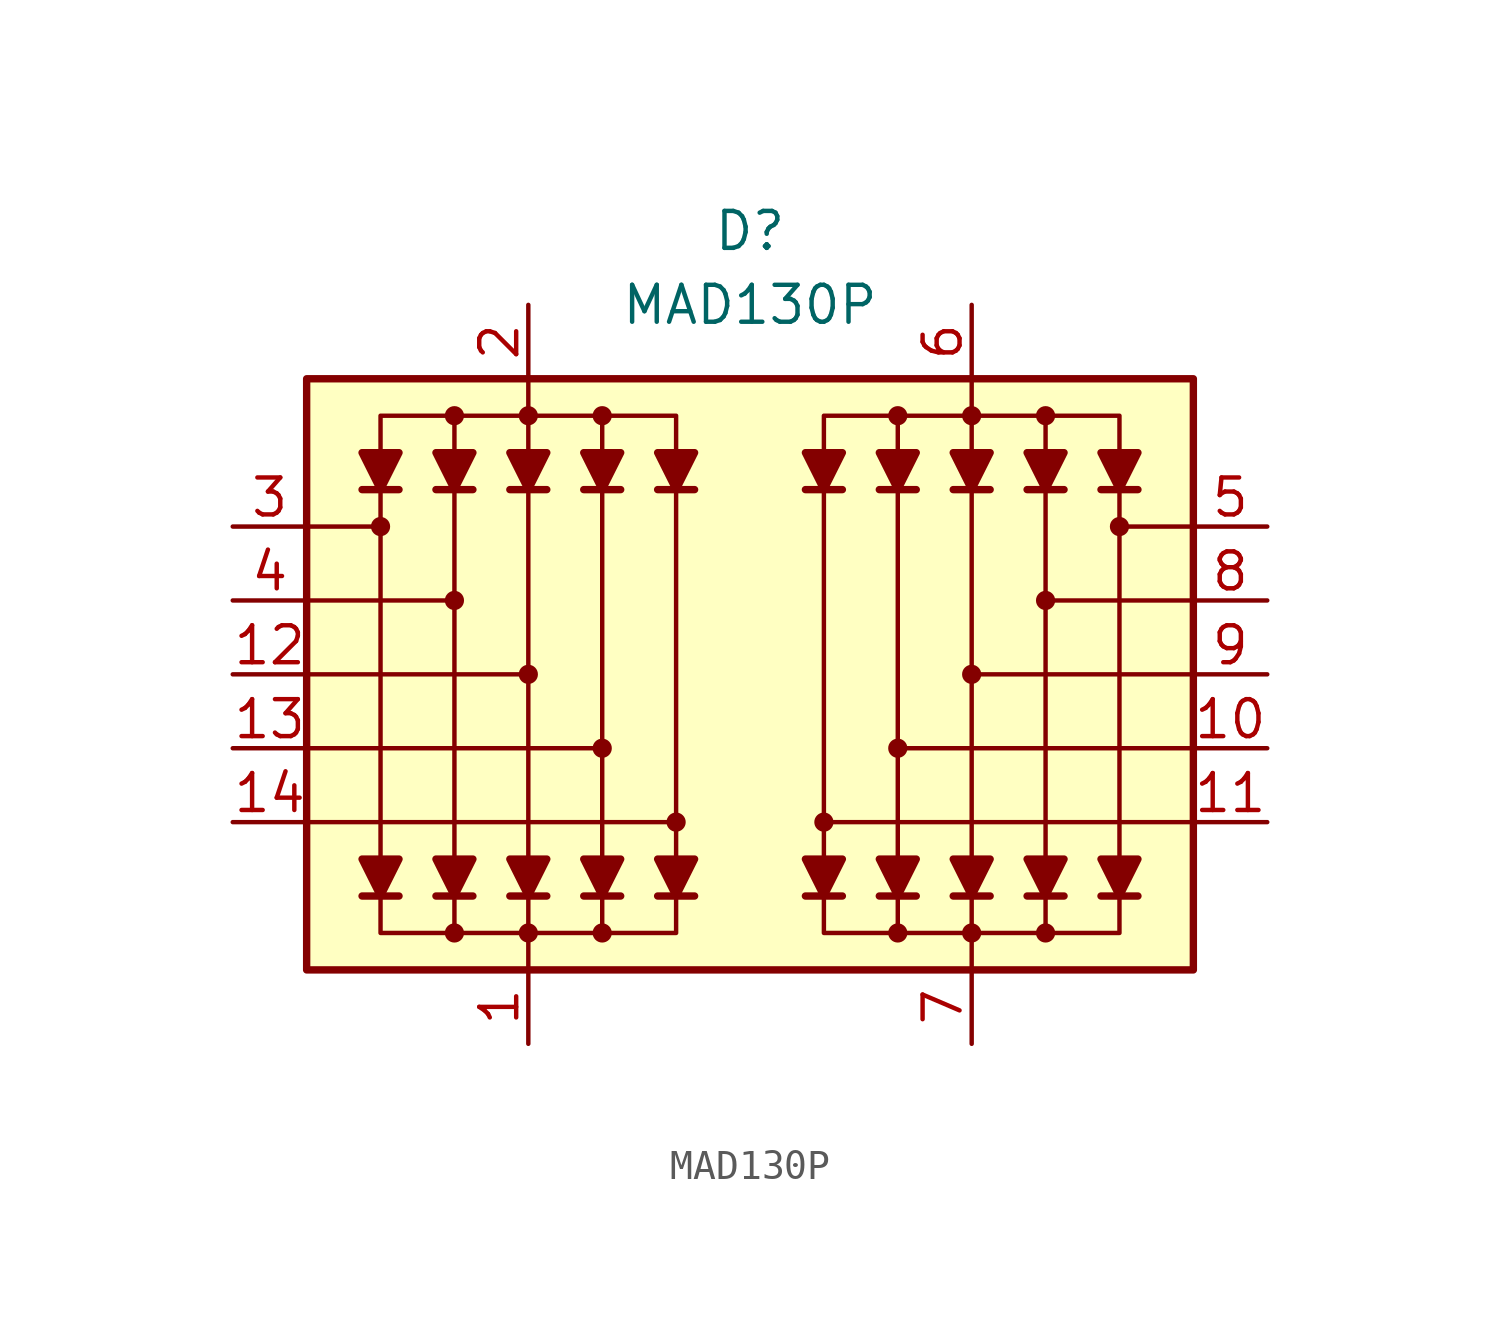
<source format=kicad_sym>
(kicad_symbol_lib
  (version 20231120)
  (generator "kicad_symbol_editor")
  (generator_version "8.0")
  (symbol "MAD130P"
    (pin_names hide)
    (property "Reference" "D"
      (at 0 15.24 0)
      (effects (font (size 1.27 1.27))))
    (property "Value" "MAD130P"
      (at 0 12.7 0)
      (effects (font (size 1.27 1.27))))
    (symbol "MAD130P_0_1"
      (rectangle (start -15.24 10.16) (end 15.24 -10.16) (stroke (width 0.254) (type default)) (fill (type background)))
      (circle (center -12.7 5.08) (radius 0.254) (stroke (width 0) (type default)) (fill (type outline)))
      (circle (center -10.16 -8.89) (radius 0.254) (stroke (width 0) (type default)) (fill (type outline)))
      (circle (center -10.16 2.54) (radius 0.254) (stroke (width 0) (type default)) (fill (type outline)))
      (circle (center -10.16 8.89) (radius 0.254) (stroke (width 0) (type default)) (fill (type outline)))
      (circle (center -7.62 -8.89) (radius 0.254) (stroke (width 0) (type default)) (fill (type outline)))
      (circle (center -7.62 0) (radius 0.254) (stroke (width 0) (type default)) (fill (type outline)))
      (circle (center -7.62 8.89) (radius 0.254) (stroke (width 0) (type default)) (fill (type outline)))
      (circle (center -5.08 -8.89) (radius 0.254) (stroke (width 0) (type default)) (fill (type outline)))
      (circle (center -5.08 -2.54) (radius 0.254) (stroke (width 0) (type default)) (fill (type outline)))
      (circle (center -5.08 8.89) (radius 0.254) (stroke (width 0) (type default)) (fill (type outline)))
      (circle (center -2.54 -5.08) (radius 0.254) (stroke (width 0) (type default)) (fill (type outline)))
      (polyline (pts (xy -13.335 -7.62) (xy -12.065 -7.62)) (stroke (width 0.254) (type default)) (fill (type none)))
      (polyline (pts (xy -13.335 6.35) (xy -12.065 6.35)) (stroke (width 0.254) (type default)) (fill (type none)))
      (polyline (pts (xy -12.7 -6.35) (xy -12.7 6.35)) (stroke (width 0) (type default)) (fill (type none)))
      (polyline (pts (xy -12.7 5.08) (xy -15.24 5.08)) (stroke (width 0) (type default)) (fill (type none)))
      (polyline (pts (xy -10.795 -7.62) (xy -9.525 -7.62)) (stroke (width 0.254) (type default)) (fill (type none)))
      (polyline (pts (xy -10.795 6.35) (xy -9.525 6.35)) (stroke (width 0.254) (type default)) (fill (type none)))
      (polyline (pts (xy -10.16 -7.62) (xy -10.16 -8.89)) (stroke (width 0) (type default)) (fill (type none)))
      (polyline (pts (xy -10.16 -6.35) (xy -10.16 6.35)) (stroke (width 0) (type default)) (fill (type none)))
      (polyline (pts (xy -10.16 2.54) (xy -15.24 2.54)) (stroke (width 0) (type default)) (fill (type none)))
      (polyline (pts (xy -10.16 7.62) (xy -10.16 8.89)) (stroke (width 0) (type default)) (fill (type none)))
      (polyline (pts (xy -8.255 -7.62) (xy -6.985 -7.62)) (stroke (width 0.254) (type default)) (fill (type none)))
      (polyline (pts (xy -8.255 6.35) (xy -6.985 6.35)) (stroke (width 0.254) (type default)) (fill (type none)))
      (polyline (pts (xy -7.62 -7.62) (xy -7.62 -10.16)) (stroke (width 0) (type default)) (fill (type none)))
      (polyline (pts (xy -7.62 -6.35) (xy -7.62 6.35)) (stroke (width 0) (type default)) (fill (type none)))
      (polyline (pts (xy -7.62 0) (xy -15.24 0)) (stroke (width 0) (type default)) (fill (type none)))
      (polyline (pts (xy -7.62 7.62) (xy -7.62 10.16)) (stroke (width 0) (type default)) (fill (type none)))
      (polyline (pts (xy -5.715 -7.62) (xy -4.445 -7.62)) (stroke (width 0.254) (type default)) (fill (type none)))
      (polyline (pts (xy -5.715 6.35) (xy -4.445 6.35)) (stroke (width 0.254) (type default)) (fill (type none)))
      (polyline (pts (xy -5.08 -7.62) (xy -5.08 -8.89)) (stroke (width 0) (type default)) (fill (type none)))
      (polyline (pts (xy -5.08 -6.35) (xy -5.08 6.35)) (stroke (width 0) (type default)) (fill (type none)))
      (polyline (pts (xy -5.08 -2.54) (xy -15.24 -2.54)) (stroke (width 0) (type default)) (fill (type none)))
      (polyline (pts (xy -5.08 7.62) (xy -5.08 8.89)) (stroke (width 0) (type default)) (fill (type none)))
      (polyline (pts (xy -3.175 -7.62) (xy -1.905 -7.62)) (stroke (width 0.254) (type default)) (fill (type none)))
      (polyline (pts (xy -3.175 6.35) (xy -1.905 6.35)) (stroke (width 0.254) (type default)) (fill (type none)))
      (polyline (pts (xy -2.54 -6.35) (xy -2.54 6.35)) (stroke (width 0) (type default)) (fill (type none)))
      (polyline (pts (xy -2.54 -5.08) (xy -15.24 -5.08)) (stroke (width 0) (type default)) (fill (type none)))
      (polyline (pts (xy 2.54 -6.35) (xy 2.54 6.35)) (stroke (width 0) (type default)) (fill (type none)))
      (polyline (pts (xy 2.54 -5.08) (xy 15.24 -5.08)) (stroke (width 0) (type default)) (fill (type none)))
      (polyline (pts (xy 3.175 -7.62) (xy 1.905 -7.62)) (stroke (width 0.254) (type default)) (fill (type none)))
      (polyline (pts (xy 3.175 6.35) (xy 1.905 6.35)) (stroke (width 0.254) (type default)) (fill (type none)))
      (polyline (pts (xy 5.08 -7.62) (xy 5.08 -8.89)) (stroke (width 0) (type default)) (fill (type none)))
      (polyline (pts (xy 5.08 -6.35) (xy 5.08 6.35)) (stroke (width 0) (type default)) (fill (type none)))
      (polyline (pts (xy 5.08 -2.54) (xy 15.24 -2.54)) (stroke (width 0) (type default)) (fill (type none)))
      (polyline (pts (xy 5.08 7.62) (xy 5.08 8.89)) (stroke (width 0) (type default)) (fill (type none)))
      (polyline (pts (xy 5.715 -7.62) (xy 4.445 -7.62)) (stroke (width 0.254) (type default)) (fill (type none)))
      (polyline (pts (xy 5.715 6.35) (xy 4.445 6.35)) (stroke (width 0.254) (type default)) (fill (type none)))
      (polyline (pts (xy 7.62 -7.62) (xy 7.62 -10.16)) (stroke (width 0) (type default)) (fill (type none)))
      (polyline (pts (xy 7.62 -6.35) (xy 7.62 6.35)) (stroke (width 0) (type default)) (fill (type none)))
      (polyline (pts (xy 7.62 0) (xy 15.24 0)) (stroke (width 0) (type default)) (fill (type none)))
      (polyline (pts (xy 7.62 7.62) (xy 7.62 10.16)) (stroke (width 0) (type default)) (fill (type none)))
      (polyline (pts (xy 8.255 -7.62) (xy 6.985 -7.62)) (stroke (width 0.254) (type default)) (fill (type none)))
      (polyline (pts (xy 8.255 6.35) (xy 6.985 6.35)) (stroke (width 0.254) (type default)) (fill (type none)))
      (polyline (pts (xy 10.16 -7.62) (xy 10.16 -8.89)) (stroke (width 0) (type default)) (fill (type none)))
      (polyline (pts (xy 10.16 -6.35) (xy 10.16 6.35)) (stroke (width 0) (type default)) (fill (type none)))
      (polyline (pts (xy 10.16 2.54) (xy 15.24 2.54)) (stroke (width 0) (type default)) (fill (type none)))
      (polyline (pts (xy 10.16 7.62) (xy 10.16 8.89)) (stroke (width 0) (type default)) (fill (type none)))
      (polyline (pts (xy 10.795 -7.62) (xy 9.525 -7.62)) (stroke (width 0.254) (type default)) (fill (type none)))
      (polyline (pts (xy 10.795 6.35) (xy 9.525 6.35)) (stroke (width 0.254) (type default)) (fill (type none)))
      (polyline (pts (xy 12.7 -6.35) (xy 12.7 6.35)) (stroke (width 0) (type default)) (fill (type none)))
      (polyline (pts (xy 12.7 5.08) (xy 15.24 5.08)) (stroke (width 0) (type default)) (fill (type none)))
      (polyline (pts (xy 13.335 -7.62) (xy 12.065 -7.62)) (stroke (width 0.254) (type default)) (fill (type none)))
      (polyline (pts (xy 13.335 6.35) (xy 12.065 6.35)) (stroke (width 0.254) (type default)) (fill (type none)))
      (polyline (pts (xy -12.7 -7.62) (xy -13.335 -6.35) (xy -12.065 -6.35) (xy -12.7 -7.62)) (stroke (width 0.254) (type default)) (fill (type outline)))
      (polyline (pts (xy -12.7 6.35) (xy -13.335 7.62) (xy -12.065 7.62) (xy -12.7 6.35)) (stroke (width 0.254) (type default)) (fill (type outline)))
      (polyline (pts (xy -10.16 -7.62) (xy -10.795 -6.35) (xy -9.525 -6.35) (xy -10.16 -7.62)) (stroke (width 0.254) (type default)) (fill (type outline)))
      (polyline (pts (xy -10.16 6.35) (xy -10.795 7.62) (xy -9.525 7.62) (xy -10.16 6.35)) (stroke (width 0.254) (type default)) (fill (type outline)))
      (polyline (pts (xy -7.62 -7.62) (xy -8.255 -6.35) (xy -6.985 -6.35) (xy -7.62 -7.62)) (stroke (width 0.254) (type default)) (fill (type outline)))
      (polyline (pts (xy -7.62 6.35) (xy -8.255 7.62) (xy -6.985 7.62) (xy -7.62 6.35)) (stroke (width 0.254) (type default)) (fill (type outline)))
      (polyline (pts (xy -5.08 -7.62) (xy -5.715 -6.35) (xy -4.445 -6.35) (xy -5.08 -7.62)) (stroke (width 0.254) (type default)) (fill (type outline)))
      (polyline (pts (xy -5.08 6.35) (xy -5.715 7.62) (xy -4.445 7.62) (xy -5.08 6.35)) (stroke (width 0.254) (type default)) (fill (type outline)))
      (polyline (pts (xy -2.54 -7.62) (xy -3.175 -6.35) (xy -1.905 -6.35) (xy -2.54 -7.62)) (stroke (width 0.254) (type default)) (fill (type outline)))
      (polyline (pts (xy -2.54 -7.62) (xy -2.54 -8.89) (xy -12.7 -8.89) (xy -12.7 -7.62)) (stroke (width 0) (type default)) (fill (type none)))
      (polyline (pts (xy -2.54 6.35) (xy -3.175 7.62) (xy -1.905 7.62) (xy -2.54 6.35)) (stroke (width 0.254) (type default)) (fill (type outline)))
      (polyline (pts (xy -2.54 7.62) (xy -2.54 8.89) (xy -12.7 8.89) (xy -12.7 7.62)) (stroke (width 0) (type default)) (fill (type none)))
      (polyline (pts (xy 2.54 -7.62) (xy 2.54 -8.89) (xy 12.7 -8.89) (xy 12.7 -7.62)) (stroke (width 0) (type default)) (fill (type none)))
      (polyline (pts (xy 2.54 -7.62) (xy 3.175 -6.35) (xy 1.905 -6.35) (xy 2.54 -7.62)) (stroke (width 0.254) (type default)) (fill (type outline)))
      (polyline (pts (xy 2.54 6.35) (xy 3.175 7.62) (xy 1.905 7.62) (xy 2.54 6.35)) (stroke (width 0.254) (type default)) (fill (type outline)))
      (polyline (pts (xy 2.54 7.62) (xy 2.54 8.89) (xy 12.7 8.89) (xy 12.7 7.62)) (stroke (width 0) (type default)) (fill (type none)))
      (polyline (pts (xy 5.08 -7.62) (xy 5.715 -6.35) (xy 4.445 -6.35) (xy 5.08 -7.62)) (stroke (width 0.254) (type default)) (fill (type outline)))
      (polyline (pts (xy 5.08 6.35) (xy 5.715 7.62) (xy 4.445 7.62) (xy 5.08 6.35)) (stroke (width 0.254) (type default)) (fill (type outline)))
      (polyline (pts (xy 7.62 -7.62) (xy 8.255 -6.35) (xy 6.985 -6.35) (xy 7.62 -7.62)) (stroke (width 0.254) (type default)) (fill (type outline)))
      (polyline (pts (xy 7.62 6.35) (xy 8.255 7.62) (xy 6.985 7.62) (xy 7.62 6.35)) (stroke (width 0.254) (type default)) (fill (type outline)))
      (polyline (pts (xy 10.16 -7.62) (xy 10.795 -6.35) (xy 9.525 -6.35) (xy 10.16 -7.62)) (stroke (width 0.254) (type default)) (fill (type outline)))
      (polyline (pts (xy 10.16 6.35) (xy 10.795 7.62) (xy 9.525 7.62) (xy 10.16 6.35)) (stroke (width 0.254) (type default)) (fill (type outline)))
      (polyline (pts (xy 12.7 -7.62) (xy 13.335 -6.35) (xy 12.065 -6.35) (xy 12.7 -7.62)) (stroke (width 0.254) (type default)) (fill (type outline)))
      (polyline (pts (xy 12.7 6.35) (xy 13.335 7.62) (xy 12.065 7.62) (xy 12.7 6.35)) (stroke (width 0.254) (type default)) (fill (type outline)))
      (circle (center 2.54 -5.08) (radius 0.254) (stroke (width 0) (type default)) (fill (type outline)))
      (circle (center 5.08 -8.89) (radius 0.254) (stroke (width 0) (type default)) (fill (type outline)))
      (circle (center 5.08 -2.54) (radius 0.254) (stroke (width 0) (type default)) (fill (type outline)))
      (circle (center 5.08 8.89) (radius 0.254) (stroke (width 0) (type default)) (fill (type outline)))
      (circle (center 7.62 -8.89) (radius 0.254) (stroke (width 0) (type default)) (fill (type outline)))
      (circle (center 7.62 0) (radius 0.254) (stroke (width 0) (type default)) (fill (type outline)))
      (circle (center 7.62 8.89) (radius 0.254) (stroke (width 0) (type default)) (fill (type outline)))
      (circle (center 10.16 -8.89) (radius 0.254) (stroke (width 0) (type default)) (fill (type outline)))
      (circle (center 10.16 2.54) (radius 0.254) (stroke (width 0) (type default)) (fill (type outline)))
      (circle (center 10.16 8.89) (radius 0.254) (stroke (width 0) (type default)) (fill (type outline)))
      (circle (center 12.7 5.08) (radius 0.254) (stroke (width 0) (type default)) (fill (type outline))))
    (symbol "MAD130P_1_1"
      (pin passive line (at -7.62 -12.7 90) (length 2.54) (name "A1" (effects (font (size 1.27 1.27)))) (number "1" (effects (font (size 1.27 1.27)))))
      (pin passive line (at 17.78 -2.54 180) (length 2.54) (name "C2-4" (effects (font (size 1.27 1.27)))) (number "10" (effects (font (size 1.27 1.27)))))
      (pin passive line (at 17.78 -5.08 180) (length 2.54) (name "C2-5" (effects (font (size 1.27 1.27)))) (number "11" (effects (font (size 1.27 1.27)))))
      (pin passive line (at -17.78 0 0) (length 2.54) (name "C1-3" (effects (font (size 1.27 1.27)))) (number "12" (effects (font (size 1.27 1.27)))))
      (pin passive line (at -17.78 -2.54 0) (length 2.54) (name "C1-4" (effects (font (size 1.27 1.27)))) (number "13" (effects (font (size 1.27 1.27)))))
      (pin passive line (at -17.78 -5.08 0) (length 2.54) (name "C1-5" (effects (font (size 1.27 1.27)))) (number "14" (effects (font (size 1.27 1.27)))))
      (pin passive line (at -7.62 12.7 270) (length 2.54) (name "K1" (effects (font (size 1.27 1.27)))) (number "2" (effects (font (size 1.27 1.27)))))
      (pin passive line (at -17.78 5.08 0) (length 2.54) (name "C1-1" (effects (font (size 1.27 1.27)))) (number "3" (effects (font (size 1.27 1.27)))))
      (pin passive line (at -17.78 2.54 0) (length 2.54) (name "C1-2" (effects (font (size 1.27 1.27)))) (number "4" (effects (font (size 1.27 1.27)))))
      (pin passive line (at 17.78 5.08 180) (length 2.54) (name "C2-1" (effects (font (size 1.27 1.27)))) (number "5" (effects (font (size 1.27 1.27)))))
      (pin passive line (at 7.62 12.7 270) (length 2.54) (name "K2" (effects (font (size 1.27 1.27)))) (number "6" (effects (font (size 1.27 1.27)))))
      (pin passive line (at 7.62 -12.7 90) (length 2.54) (name "A2" (effects (font (size 1.27 1.27)))) (number "7" (effects (font (size 1.27 1.27)))))
      (pin passive line (at 17.78 2.54 180) (length 2.54) (name "C2-2" (effects (font (size 1.27 1.27)))) (number "8" (effects (font (size 1.27 1.27)))))
      (pin passive line (at 17.78 0 180) (length 2.54) (name "C2-3" (effects (font (size 1.27 1.27)))) (number "9" (effects (font (size 1.27 1.27))))))))
</source>
